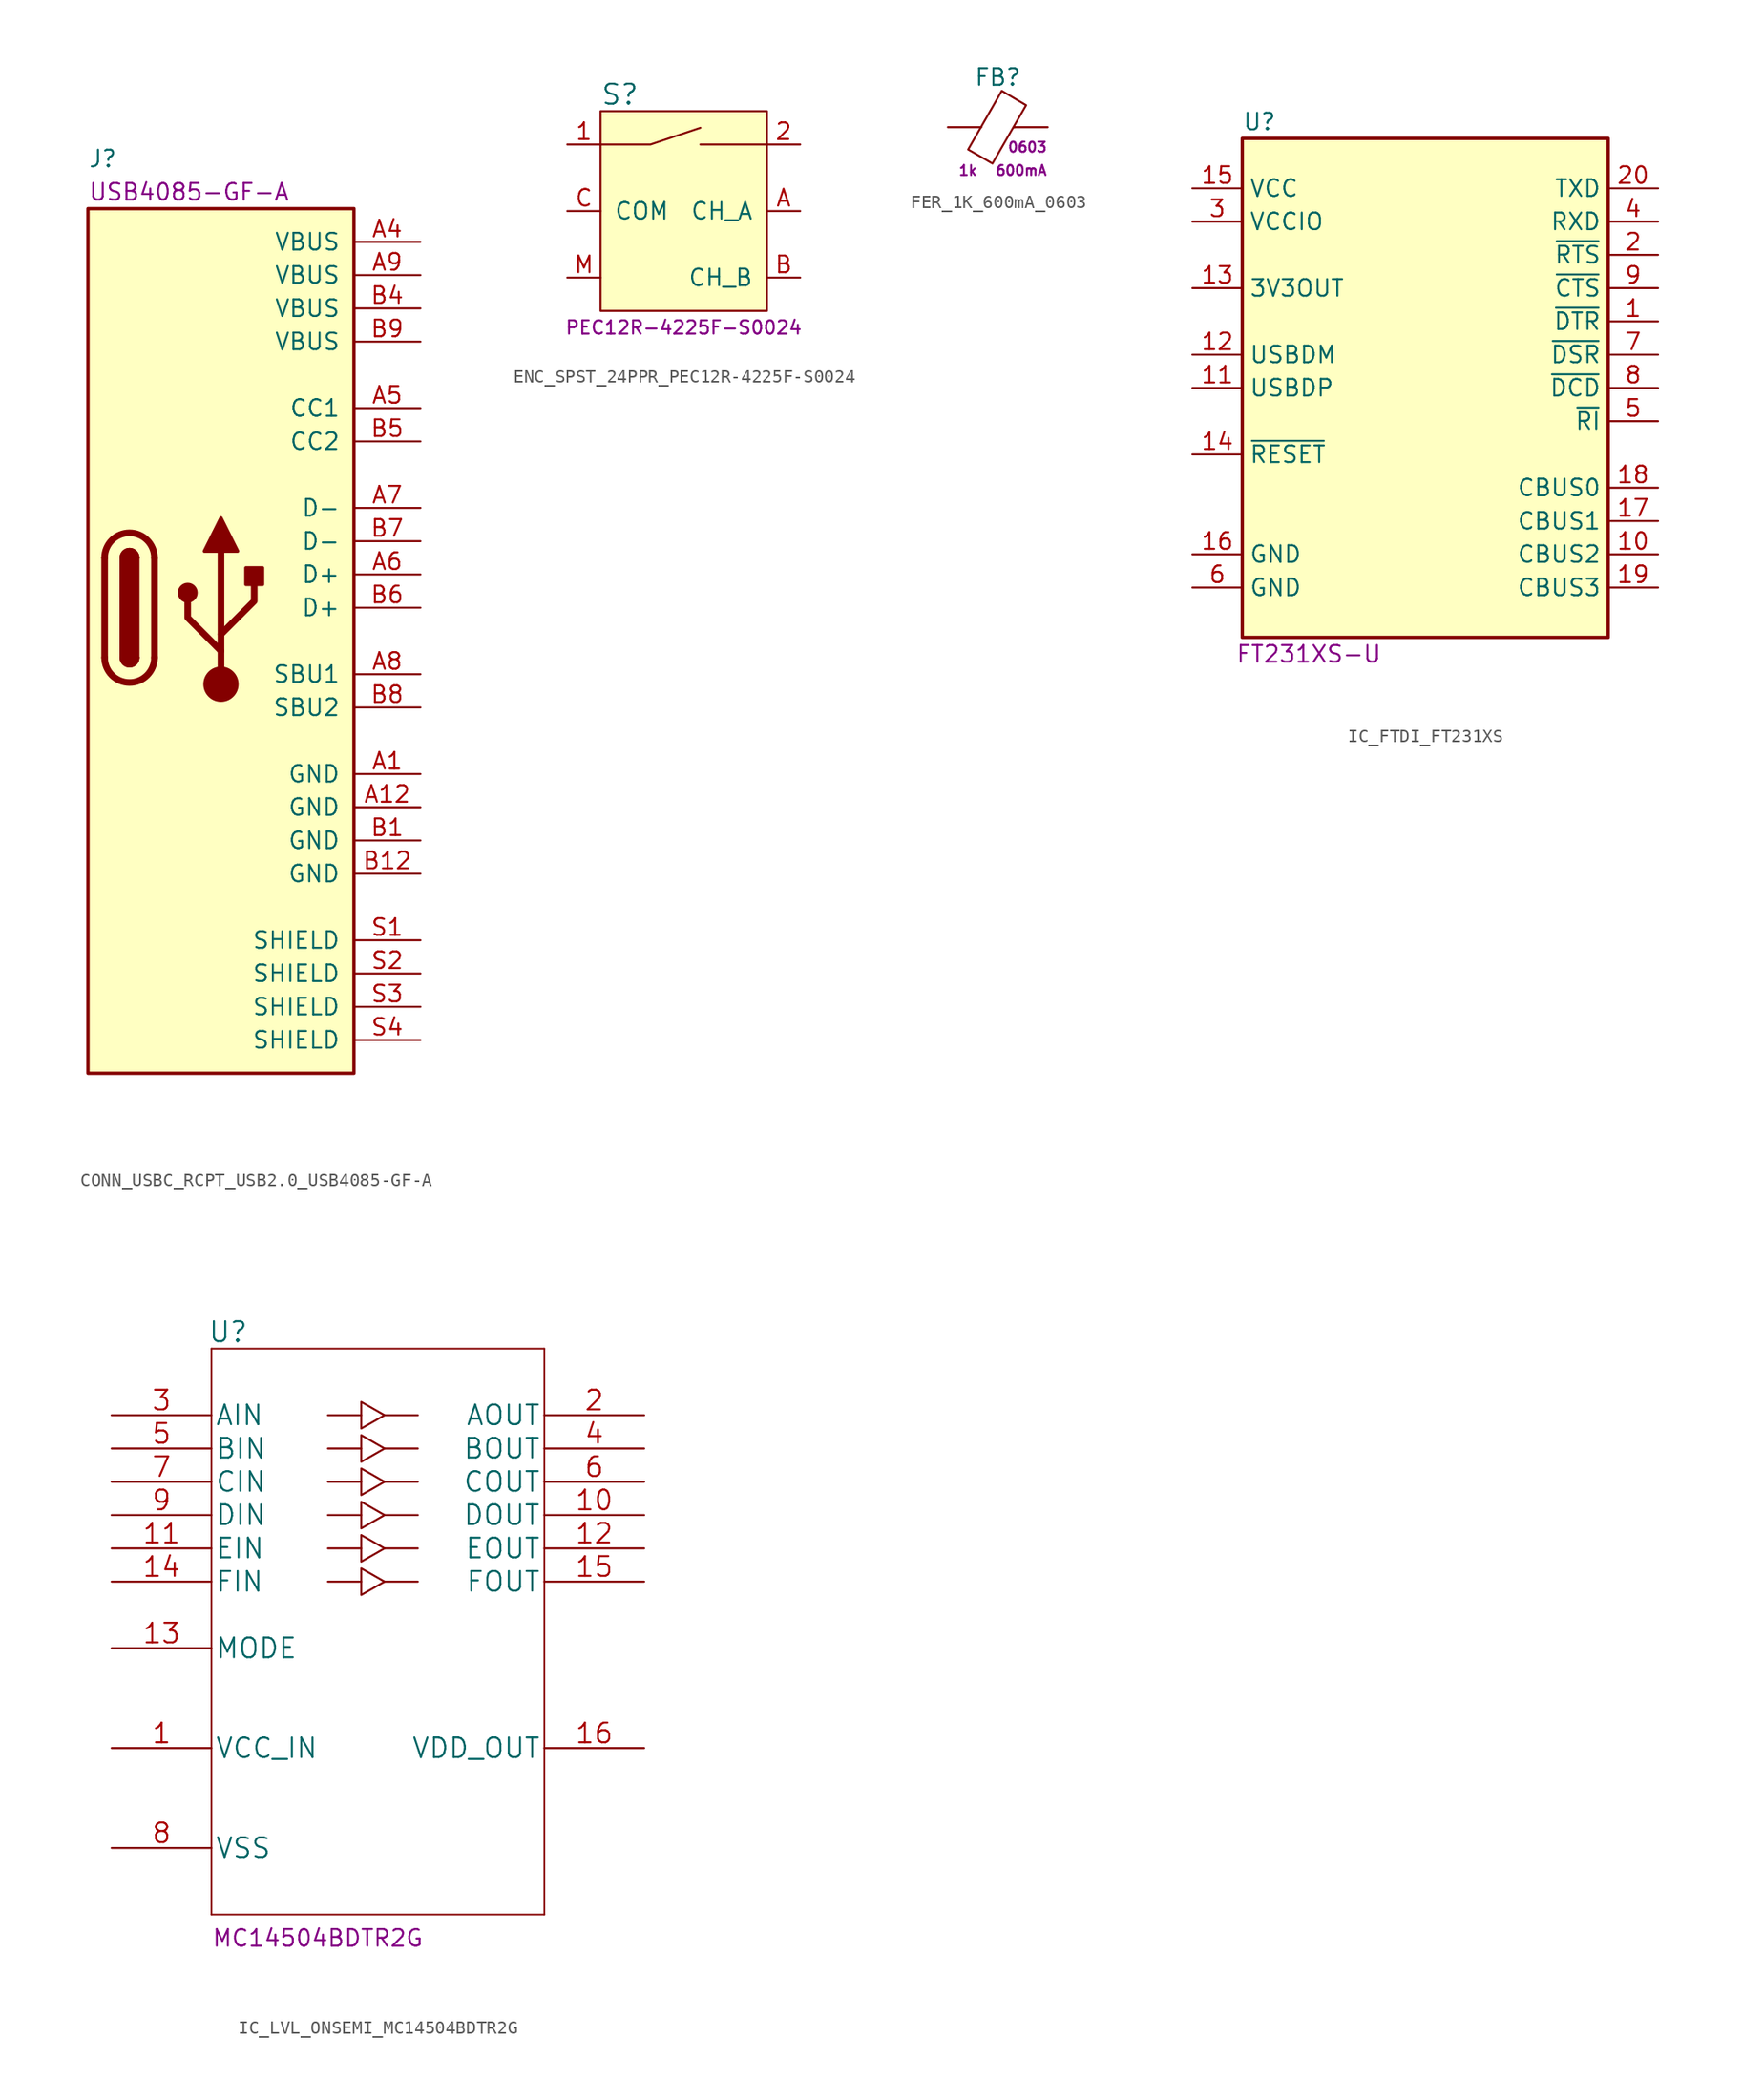
<source format=kicad_sym>
(kicad_symbol_lib
  (version 20211014)
  (generator kicad_symbol_editor)
  (symbol "CONN_USBC_RCPT_USB2.0_USB4085-GF-A"
    (pin_names
      (offset 1.016))
    (property "Reference" "J"
      (at -25.4 6.35 0)
      (effects (font (size 1.27 1.27)) (justify left)))
    (property "ManufacturerPN" "USB4085-GF-A"
      (at -25.4 3.81 0)
      (effects (font (size 1.27 1.27)) (justify left)))
    (symbol "CONN_USBC_RCPT_USB2.0_USB4085-GF-A_0_1"
      (rectangle (start -25.4 2.54) (end -5.08 -63.5) (stroke (width 0.254) (type default) (color 0 0 0 0)) (fill (type background)))
      (arc (start -24.13 -31.75) (mid -22.225 -33.655) (end -20.32 -31.75) (stroke (width 0.508) (type default) (color 0 0 0 0)) (fill (type none)))
      (arc (start -22.86 -31.75) (mid -22.225 -32.385) (end -21.59 -31.75) (stroke (width 0.254) (type default) (color 0 0 0 0)) (fill (type none)))
      (arc (start -22.86 -31.75) (mid -22.225 -32.385) (end -21.59 -31.75) (stroke (width 0.254) (type default) (color 0 0 0 0)) (fill (type outline)))
      (rectangle (start -22.86 -31.75) (end -21.59 -24.13) (stroke (width 0.254) (type default) (color 0 0 0 0)) (fill (type outline)))
      (arc (start -21.59 -24.13) (mid -22.225 -23.495) (end -22.86 -24.13) (stroke (width 0.254) (type default) (color 0 0 0 0)) (fill (type none)))
      (arc (start -21.59 -24.13) (mid -22.225 -23.495) (end -22.86 -24.13) (stroke (width 0.254) (type default) (color 0 0 0 0)) (fill (type outline)))
      (arc (start -20.32 -24.13) (mid -22.225 -22.225) (end -24.13 -24.13) (stroke (width 0.508) (type default) (color 0 0 0 0)) (fill (type none)))
      (circle (center -17.78 -26.797) (radius 0.635) (stroke (width 0.254) (type default) (color 0 0 0 0)) (fill (type outline)))
      (circle (center -15.24 -33.782) (radius 1.27) (stroke (width 0) (type default) (color 0 0 0 0)) (fill (type outline)))
      (rectangle (start -13.335 -26.162) (end -12.065 -24.892) (stroke (width 0.254) (type default) (color 0 0 0 0)) (fill (type outline)))
      (polyline (pts (xy -24.13 -31.75) (xy -24.13 -24.13)) (stroke (width 0.508) (type default) (color 0 0 0 0)) (fill (type none)))
      (polyline (pts (xy -20.32 -24.13) (xy -20.32 -31.75)) (stroke (width 0.508) (type default) (color 0 0 0 0)) (fill (type none)))
      (polyline (pts (xy -15.24 -33.782) (xy -15.24 -23.622)) (stroke (width 0.508) (type default) (color 0 0 0 0)) (fill (type none)))
      (polyline (pts (xy -15.24 -31.242) (xy -17.78 -28.702) (xy -17.78 -27.432)) (stroke (width 0.508) (type default) (color 0 0 0 0)) (fill (type none)))
      (polyline (pts (xy -15.24 -29.972) (xy -12.7 -27.432) (xy -12.7 -26.162)) (stroke (width 0.508) (type default) (color 0 0 0 0)) (fill (type none)))
      (polyline (pts (xy -16.51 -23.622) (xy -15.24 -21.082) (xy -13.97 -23.622) (xy -16.51 -23.622)) (stroke (width 0.254) (type default) (color 0 0 0 0)) (fill (type outline))))
    (symbol "CONN_USBC_RCPT_USB2.0_USB4085-GF-A_1_1"
      (pin power_out line (at 0 -40.64 180) (length 5.08) (name "GND" (effects (font (size 1.27 1.27)))) (number "A1" (effects (font (size 1.27 1.27)))))
      (pin power_out line (at 0 -43.18 180) (length 5.08) (name "GND" (effects (font (size 1.27 1.27)))) (number "A12" (effects (font (size 1.27 1.27)))))
      (pin power_out line (at 0 0 180) (length 5.08) (name "VBUS" (effects (font (size 1.27 1.27)))) (number "A4" (effects (font (size 1.27 1.27)))))
      (pin passive line (at 0 -12.7 180) (length 5.08) (name "CC1" (effects (font (size 1.27 1.27)))) (number "A5" (effects (font (size 1.27 1.27)))))
      (pin bidirectional line (at 0 -25.4 180) (length 5.08) (name "D+" (effects (font (size 1.27 1.27)))) (number "A6" (effects (font (size 1.27 1.27)))))
      (pin bidirectional line (at 0 -20.32 180) (length 5.08) (name "D-" (effects (font (size 1.27 1.27)))) (number "A7" (effects (font (size 1.27 1.27)))))
      (pin passive line (at 0 -33.02 180) (length 5.08) (name "SBU1" (effects (font (size 1.27 1.27)))) (number "A8" (effects (font (size 1.27 1.27)))))
      (pin power_out line (at 0 -2.54 180) (length 5.08) (name "VBUS" (effects (font (size 1.27 1.27)))) (number "A9" (effects (font (size 1.27 1.27)))))
      (pin power_out line (at 0 -45.72 180) (length 5.08) (name "GND" (effects (font (size 1.27 1.27)))) (number "B1" (effects (font (size 1.27 1.27)))))
      (pin power_out line (at 0 -48.26 180) (length 5.08) (name "GND" (effects (font (size 1.27 1.27)))) (number "B12" (effects (font (size 1.27 1.27)))))
      (pin power_out line (at 0 -5.08 180) (length 5.08) (name "VBUS" (effects (font (size 1.27 1.27)))) (number "B4" (effects (font (size 1.27 1.27)))))
      (pin passive line (at 0 -15.24 180) (length 5.08) (name "CC2" (effects (font (size 1.27 1.27)))) (number "B5" (effects (font (size 1.27 1.27)))))
      (pin bidirectional line (at 0 -27.94 180) (length 5.08) (name "D+" (effects (font (size 1.27 1.27)))) (number "B6" (effects (font (size 1.27 1.27)))))
      (pin bidirectional line (at 0 -22.86 180) (length 5.08) (name "D-" (effects (font (size 1.27 1.27)))) (number "B7" (effects (font (size 1.27 1.27)))))
      (pin passive line (at 0 -35.56 180) (length 5.08) (name "SBU2" (effects (font (size 1.27 1.27)))) (number "B8" (effects (font (size 1.27 1.27)))))
      (pin power_out line (at 0 -7.62 180) (length 5.08) (name "VBUS" (effects (font (size 1.27 1.27)))) (number "B9" (effects (font (size 1.27 1.27)))))
      (pin passive line (at 0 -53.34 180) (length 5.08) (name "SHIELD" (effects (font (size 1.27 1.27)))) (number "S1" (effects (font (size 1.27 1.27)))))
      (pin passive line (at 0 -55.88 180) (length 5.08) (name "SHIELD" (effects (font (size 1.27 1.27)))) (number "S2" (effects (font (size 1.27 1.27)))))
      (pin passive line (at 0 -58.42 180) (length 5.08) (name "SHIELD" (effects (font (size 1.27 1.27)))) (number "S3" (effects (font (size 1.27 1.27)))))
      (pin passive line (at 0 -60.96 180) (length 5.08) (name "SHIELD" (effects (font (size 1.27 1.27)))) (number "S4" (effects (font (size 1.27 1.27)))))))
  (symbol "ENC_SPST_24PPR_PEC12R-4225F-S0024"
    (pin_names
      (offset 1.016))
    (property "Reference" "S"
      (at 2.54 3.81 0)
      (effects (font (size 1.524 1.524)) (justify left)))
    (property "ManufacturerPN" "PEC12R-4225F-S0024"
      (at 8.89 -13.97 0)
      (effects (font (size 1.016 1.016))))
    (symbol "ENC_SPST_24PPR_PEC12R-4225F-S0024_0_1"
      (polyline (pts (xy 10.16 0) (xy 15.24 0)) (stroke (width 0) (type default) (color 0 0 0 0)) (fill (type none)))
      (polyline (pts (xy 2.54 0) (xy 6.35 0) (xy 10.16 1.27)) (stroke (width 0) (type default) (color 0 0 0 0)) (fill (type none)))
      (rectangle (start 2.54 2.54) (end 15.24 -12.7) (stroke (width 0) (type default) (color 0 0 0 0)) (fill (type background))))
    (symbol "ENC_SPST_24PPR_PEC12R-4225F-S0024_1_1"
      (pin passive line (at 0 0 0) (length 2.54) (name "~" (effects (font (size 1.27 1.27)))) (number "1" (effects (font (size 1.27 1.27)))))
      (pin passive line (at 17.78 0 180) (length 2.54) (name "~" (effects (font (size 1.27 1.27)))) (number "2" (effects (font (size 1.27 1.27)))))
      (pin passive line (at 17.78 -5.08 180) (length 2.54) (name "CH_A" (effects (font (size 1.27 1.27)))) (number "A" (effects (font (size 1.27 1.27)))))
      (pin passive line (at 17.78 -10.16 180) (length 2.54) (name "CH_B" (effects (font (size 1.27 1.27)))) (number "B" (effects (font (size 1.27 1.27)))))
      (pin passive line (at 0 -5.08 0) (length 2.54) (name "COM" (effects (font (size 1.27 1.27)))) (number "C" (effects (font (size 1.27 1.27)))))
      (pin passive line (at 0 -10.16 0) (length 2.54) (name "~" (effects (font (size 1.27 1.27)))) (number "M" (effects (font (size 1.27 1.27)))))))
  (symbol "FER_1K_600mA_0603"
    (pin_numbers hide)
    (pin_names
      (offset 0))
    (property "Reference" "FB"
      (at 3.81 3.81 0)
      (effects (font (size 1.27 1.27))))
    (property "Impedance@100MHz" "1k"
      (at 0.762 -3.302 0)
      (effects (font (size 0.762 0.762)) (justify left)))
    (property "Rated Current" "600mA"
      (at 7.62 -3.302 0)
      (effects (font (size 0.762 0.762)) (justify right)))
    (property "Package" "0603"
      (at 7.62 -1.524 0)
      (effects (font (size 0.762 0.762)) (justify right)))
    (symbol "FER_1K_600mA_0603_0_1"
      (polyline (pts (xy 2.54 0) (xy 2.515 0)) (stroke (width 0) (type default) (color 0 0 0 0)) (fill (type none)))
      (polyline (pts (xy 5.08 0) (xy 5.029 0)) (stroke (width 0) (type default) (color 0 0 0 0)) (fill (type none)))
      (polyline (pts (xy 3.404 -2.769) (xy 1.549 -1.702) (xy 4.115 2.769) (xy 5.969 1.676) (xy 3.404 -2.769)) (stroke (width 0) (type default) (color 0 0 0 0)) (fill (type none))))
    (symbol "FER_1K_600mA_0603_1_1"
      (pin passive line (at 0 0 0) (length 2.54) (name "~" (effects (font (size 1.27 1.27)))) (number "1" (effects (font (size 1.27 1.27)))))
      (pin passive line (at 7.62 0 180) (length 2.54) (name "~" (effects (font (size 1.27 1.27)))) (number "2" (effects (font (size 1.27 1.27)))))))
  (symbol "IC_FTDI_FT231XS"
    (property "Reference" "U"
      (at 3.81 5.08 0)
      (effects (font (size 1.27 1.27)) (justify left)))
    (property "ManufacturerPN" "FT231XS-U"
      (at 8.89 -35.56 0)
      (effects (font (size 1.27 1.27))))
    (symbol "IC_FTDI_FT231XS_0_1"
      (rectangle (start 3.81 3.81) (end 31.75 -34.29) (stroke (width 0.254) (type default) (color 0 0 0 0)) (fill (type background))))
    (symbol "IC_FTDI_FT231XS_1_1"
      (pin output line (at 35.56 -10.16 180) (length 3.81) (name "~{DTR}" (effects (font (size 1.27 1.27)))) (number "1" (effects (font (size 1.27 1.27)))))
      (pin bidirectional line (at 35.56 -27.94 180) (length 3.81) (name "CBUS2" (effects (font (size 1.27 1.27)))) (number "10" (effects (font (size 1.27 1.27)))))
      (pin bidirectional line (at 0 -15.24 0) (length 3.81) (name "USBDP" (effects (font (size 1.27 1.27)))) (number "11" (effects (font (size 1.27 1.27)))))
      (pin bidirectional line (at 0 -12.7 0) (length 3.81) (name "USBDM" (effects (font (size 1.27 1.27)))) (number "12" (effects (font (size 1.27 1.27)))))
      (pin power_out line (at 0 -7.62 0) (length 3.81) (name "3V3OUT" (effects (font (size 1.27 1.27)))) (number "13" (effects (font (size 1.27 1.27)))))
      (pin input line (at 0 -20.32 0) (length 3.81) (name "~{RESET}" (effects (font (size 1.27 1.27)))) (number "14" (effects (font (size 1.27 1.27)))))
      (pin power_in line (at 0 0 0) (length 3.81) (name "VCC" (effects (font (size 1.27 1.27)))) (number "15" (effects (font (size 1.27 1.27)))))
      (pin power_in line (at 0 -27.94 0) (length 3.81) (name "GND" (effects (font (size 1.27 1.27)))) (number "16" (effects (font (size 1.27 1.27)))))
      (pin bidirectional line (at 35.56 -25.4 180) (length 3.81) (name "CBUS1" (effects (font (size 1.27 1.27)))) (number "17" (effects (font (size 1.27 1.27)))))
      (pin bidirectional line (at 35.56 -22.86 180) (length 3.81) (name "CBUS0" (effects (font (size 1.27 1.27)))) (number "18" (effects (font (size 1.27 1.27)))))
      (pin bidirectional line (at 35.56 -30.48 180) (length 3.81) (name "CBUS3" (effects (font (size 1.27 1.27)))) (number "19" (effects (font (size 1.27 1.27)))))
      (pin output line (at 35.56 -5.08 180) (length 3.81) (name "~{RTS}" (effects (font (size 1.27 1.27)))) (number "2" (effects (font (size 1.27 1.27)))))
      (pin output line (at 35.56 0 180) (length 3.81) (name "TXD" (effects (font (size 1.27 1.27)))) (number "20" (effects (font (size 1.27 1.27)))))
      (pin power_in line (at 0 -2.54 0) (length 3.81) (name "VCCIO" (effects (font (size 1.27 1.27)))) (number "3" (effects (font (size 1.27 1.27)))))
      (pin input line (at 35.56 -2.54 180) (length 3.81) (name "RXD" (effects (font (size 1.27 1.27)))) (number "4" (effects (font (size 1.27 1.27)))))
      (pin input line (at 35.56 -17.78 180) (length 3.81) (name "~{RI}" (effects (font (size 1.27 1.27)))) (number "5" (effects (font (size 1.27 1.27)))))
      (pin power_in line (at 0 -30.48 0) (length 3.81) (name "GND" (effects (font (size 1.27 1.27)))) (number "6" (effects (font (size 1.27 1.27)))))
      (pin input line (at 35.56 -12.7 180) (length 3.81) (name "~{DSR}" (effects (font (size 1.27 1.27)))) (number "7" (effects (font (size 1.27 1.27)))))
      (pin input line (at 35.56 -15.24 180) (length 3.81) (name "~{DCD}" (effects (font (size 1.27 1.27)))) (number "8" (effects (font (size 1.27 1.27)))))
      (pin input line (at 35.56 -7.62 180) (length 3.81) (name "~{CTS}" (effects (font (size 1.27 1.27)))) (number "9" (effects (font (size 1.27 1.27)))))))
  (symbol "IC_LVL_ONSEMI_MC14504BDTR2G"
    (pin_names
      (offset 0.254))
    (property "Reference" "U"
      (at 8.89 6.35 0)
      (effects (font (size 1.524 1.524))))
    (property "ManufacturerPN" "MC14504BDTR2G"
      (at 7.62 -40.64 0)
      (effects (font (size 1.27 1.27)) (justify left bottom)))
    (symbol "IC_LVL_ONSEMI_MC14504BDTR2G_0_1"
      (polyline (pts (xy 16.51 -12.7) (xy 19.05 -12.7)) (stroke (width 0) (type default) (color 0 0 0 0)) (fill (type none)))
      (polyline (pts (xy 16.51 -10.16) (xy 19.05 -10.16)) (stroke (width 0) (type default) (color 0 0 0 0)) (fill (type none)))
      (polyline (pts (xy 16.51 -7.62) (xy 19.05 -7.62)) (stroke (width 0) (type default) (color 0 0 0 0)) (fill (type none)))
      (polyline (pts (xy 16.51 -5.08) (xy 19.05 -5.08)) (stroke (width 0) (type default) (color 0 0 0 0)) (fill (type none)))
      (polyline (pts (xy 16.51 -2.54) (xy 19.05 -2.54)) (stroke (width 0) (type default) (color 0 0 0 0)) (fill (type none)))
      (polyline (pts (xy 16.51 0) (xy 19.05 0)) (stroke (width 0) (type default) (color 0 0 0 0)) (fill (type none)))
      (polyline (pts (xy 20.828 -12.7) (xy 23.368 -12.7)) (stroke (width 0) (type default) (color 0 0 0 0)) (fill (type none)))
      (polyline (pts (xy 20.828 -10.16) (xy 23.368 -10.16)) (stroke (width 0) (type default) (color 0 0 0 0)) (fill (type none)))
      (polyline (pts (xy 20.828 -7.62) (xy 23.368 -7.62)) (stroke (width 0) (type default) (color 0 0 0 0)) (fill (type none)))
      (polyline (pts (xy 20.828 -5.08) (xy 23.368 -5.08)) (stroke (width 0) (type default) (color 0 0 0 0)) (fill (type none)))
      (polyline (pts (xy 20.828 -2.54) (xy 23.368 -2.54)) (stroke (width 0) (type default) (color 0 0 0 0)) (fill (type none)))
      (polyline (pts (xy 20.828 0) (xy 23.368 0)) (stroke (width 0) (type default) (color 0 0 0 0)) (fill (type none))))
    (symbol "IC_LVL_ONSEMI_MC14504BDTR2G_1_1"
      (polyline (pts (xy 7.62 -38.1) (xy 33.02 -38.1)) (stroke (width 0.127) (type default) (color 0 0 0 0)) (fill (type none)))
      (polyline (pts (xy 7.62 5.08) (xy 7.62 -38.1)) (stroke (width 0.127) (type default) (color 0 0 0 0)) (fill (type none)))
      (polyline (pts (xy 33.02 -38.1) (xy 33.02 5.08)) (stroke (width 0.127) (type default) (color 0 0 0 0)) (fill (type none)))
      (polyline (pts (xy 33.02 5.08) (xy 7.62 5.08)) (stroke (width 0.127) (type default) (color 0 0 0 0)) (fill (type none)))
      (polyline (pts (xy 20.828 -12.7) (xy 19.05 -13.716) (xy 19.05 -11.684) (xy 20.828 -12.7)) (stroke (width 0) (type default) (color 0 0 0 0)) (fill (type none)))
      (polyline (pts (xy 20.828 -10.16) (xy 19.05 -11.176) (xy 19.05 -9.144) (xy 20.828 -10.16)) (stroke (width 0) (type default) (color 0 0 0 0)) (fill (type none)))
      (polyline (pts (xy 20.828 -7.62) (xy 19.05 -8.636) (xy 19.05 -6.604) (xy 20.828 -7.62)) (stroke (width 0) (type default) (color 0 0 0 0)) (fill (type none)))
      (polyline (pts (xy 20.828 -5.08) (xy 19.05 -6.096) (xy 19.05 -4.064) (xy 20.828 -5.08)) (stroke (width 0) (type default) (color 0 0 0 0)) (fill (type none)))
      (polyline (pts (xy 20.828 -2.54) (xy 19.05 -3.556) (xy 19.05 -1.524) (xy 20.828 -2.54)) (stroke (width 0) (type default) (color 0 0 0 0)) (fill (type none)))
      (polyline (pts (xy 20.828 0) (xy 19.05 -1.016) (xy 19.05 1.016) (xy 20.828 0)) (stroke (width 0) (type default) (color 0 0 0 0)) (fill (type none)))
      (pin power_in line (at 0 -25.4 0) (length 7.62) (name "VCC_IN" (effects (font (size 1.499 1.499)))) (number "1" (effects (font (size 1.499 1.499)))))
      (pin output line (at 40.64 -7.62 180) (length 7.62) (name "DOUT" (effects (font (size 1.499 1.499)))) (number "10" (effects (font (size 1.499 1.499)))))
      (pin input line (at 0 -10.16 0) (length 7.62) (name "EIN" (effects (font (size 1.499 1.499)))) (number "11" (effects (font (size 1.499 1.499)))))
      (pin output line (at 40.64 -10.16 180) (length 7.62) (name "EOUT" (effects (font (size 1.499 1.499)))) (number "12" (effects (font (size 1.499 1.499)))))
      (pin input line (at 0 -17.78 0) (length 7.62) (name "MODE" (effects (font (size 1.499 1.499)))) (number "13" (effects (font (size 1.499 1.499)))))
      (pin input line (at 0 -12.7 0) (length 7.62) (name "FIN" (effects (font (size 1.499 1.499)))) (number "14" (effects (font (size 1.499 1.499)))))
      (pin output line (at 40.64 -12.7 180) (length 7.62) (name "FOUT" (effects (font (size 1.499 1.499)))) (number "15" (effects (font (size 1.499 1.499)))))
      (pin power_in line (at 40.64 -25.4 180) (length 7.62) (name "VDD_OUT" (effects (font (size 1.499 1.499)))) (number "16" (effects (font (size 1.499 1.499)))))
      (pin output line (at 40.64 0 180) (length 7.62) (name "AOUT" (effects (font (size 1.499 1.499)))) (number "2" (effects (font (size 1.499 1.499)))))
      (pin input line (at 0 0 0) (length 7.62) (name "AIN" (effects (font (size 1.499 1.499)))) (number "3" (effects (font (size 1.499 1.499)))))
      (pin output line (at 40.64 -2.54 180) (length 7.62) (name "BOUT" (effects (font (size 1.499 1.499)))) (number "4" (effects (font (size 1.499 1.499)))))
      (pin input line (at 0 -2.54 0) (length 7.62) (name "BIN" (effects (font (size 1.499 1.499)))) (number "5" (effects (font (size 1.499 1.499)))))
      (pin output line (at 40.64 -5.08 180) (length 7.62) (name "COUT" (effects (font (size 1.499 1.499)))) (number "6" (effects (font (size 1.499 1.499)))))
      (pin input line (at 0 -5.08 0) (length 7.62) (name "CIN" (effects (font (size 1.499 1.499)))) (number "7" (effects (font (size 1.499 1.499)))))
      (pin power_in line (at 0 -33.02 0) (length 7.62) (name "VSS" (effects (font (size 1.499 1.499)))) (number "8" (effects (font (size 1.499 1.499)))))
      (pin input line (at 0 -7.62 0) (length 7.62) (name "DIN" (effects (font (size 1.499 1.499)))) (number "9" (effects (font (size 1.499 1.499))))))))
</source>
